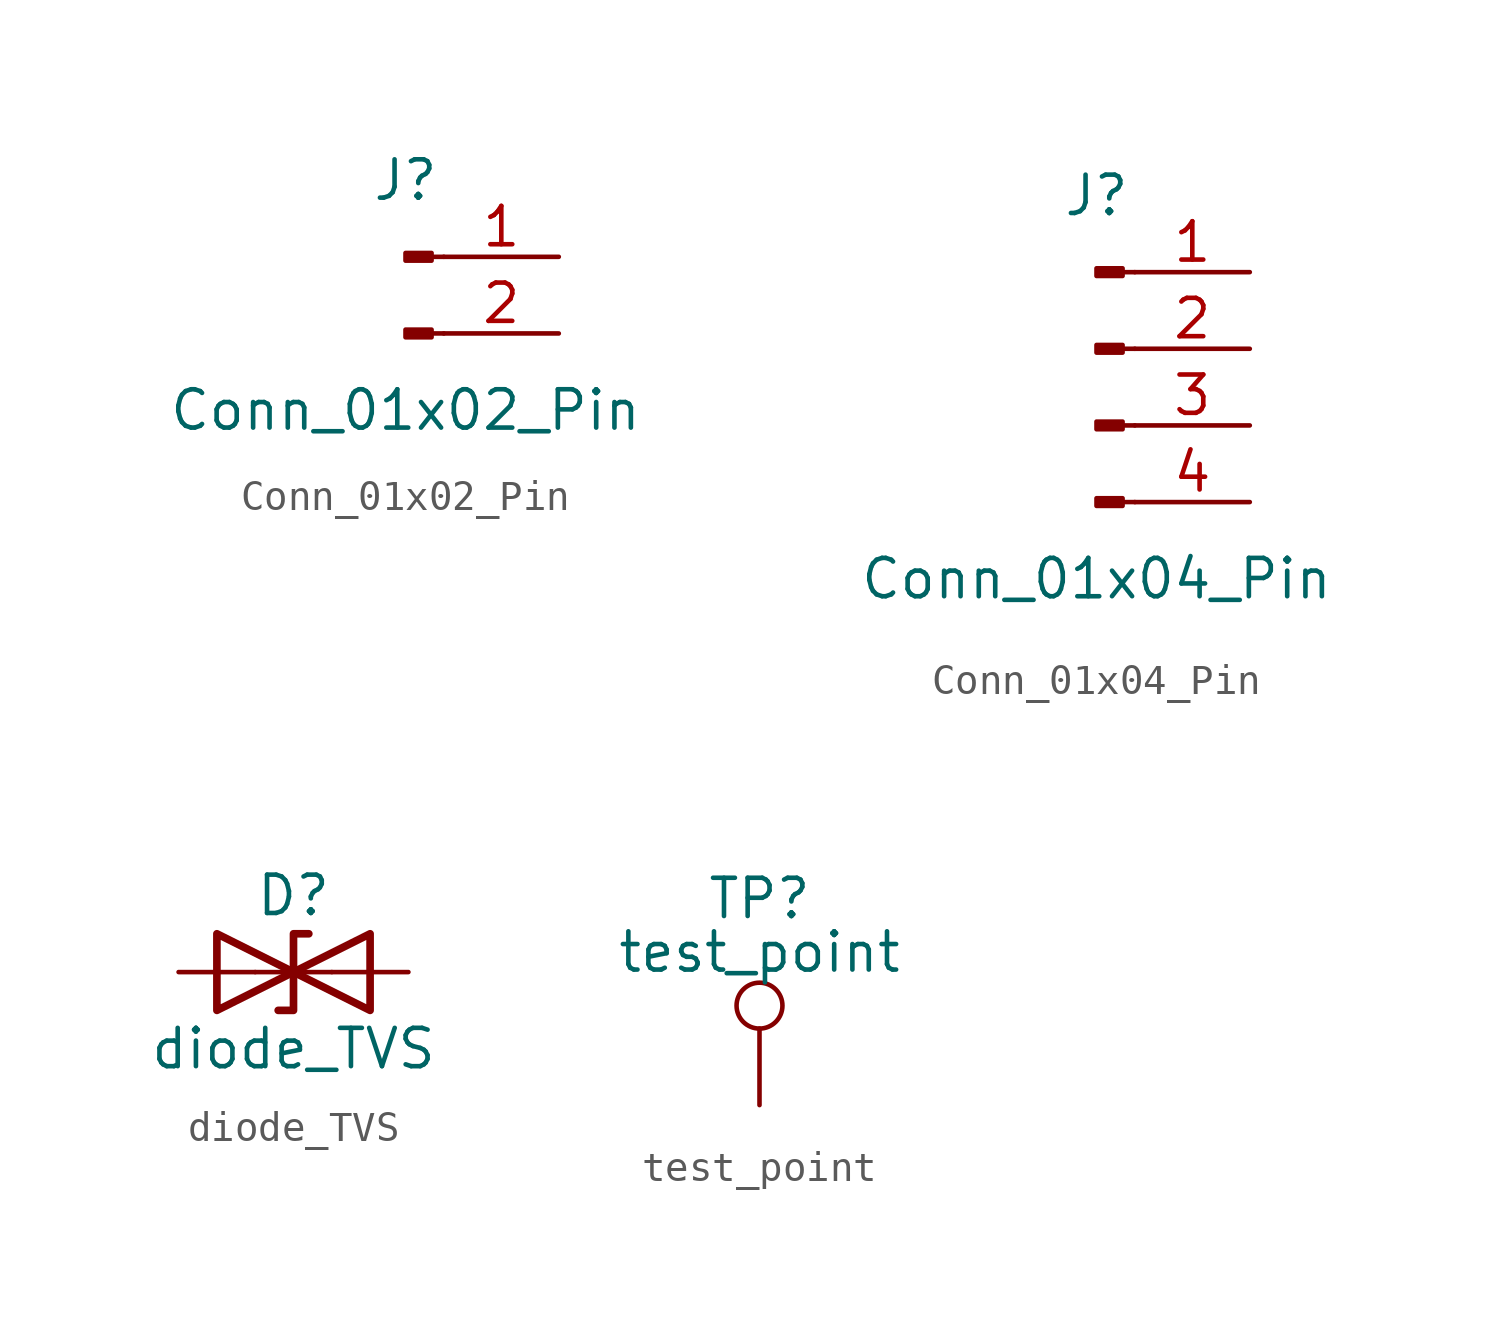
<source format=kicad_sym>
(kicad_symbol_lib
  (version 20220914)
  (generator kicad_symbol_editor)
  (symbol "Conn_01x02_Pin"
    (pin_names
      (offset 1.016) hide)
    (property "Reference" "J"
      (at 0 2.54 0)
      (effects (font (size 1.27 1.27))))
    (property "Value" "Conn_01x02_Pin"
      (at 0 -5.08 0)
      (effects (font (size 1.27 1.27))))
    (symbol "Conn_01x02_Pin_1_1"
      (polyline (pts (xy 1.27 -2.54) (xy 0.864 -2.54)) (stroke (width 0.152) (type default)) (fill (type none)))
      (polyline (pts (xy 1.27 0) (xy 0.864 0)) (stroke (width 0.152) (type default)) (fill (type none)))
      (rectangle (start 0.864 -2.413) (end 0 -2.667) (stroke (width 0.152) (type default)) (fill (type outline)))
      (rectangle (start 0.864 0.127) (end 0 -0.127) (stroke (width 0.152) (type default)) (fill (type outline)))
      (pin passive line (at 5.08 0 180) (length 3.81) (name "Pin_1" (effects (font (size 1.27 1.27)))) (number "1" (effects (font (size 1.27 1.27)))))
      (pin passive line (at 5.08 -2.54 180) (length 3.81) (name "Pin_2" (effects (font (size 1.27 1.27)))) (number "2" (effects (font (size 1.27 1.27)))))))
  (symbol "Conn_01x04_Pin"
    (pin_names
      (offset 1.016) hide)
    (property "Reference" "J"
      (at 0 5.08 0)
      (effects (font (size 1.27 1.27))))
    (property "Value" "Conn_01x04_Pin"
      (at 0 -7.62 0)
      (effects (font (size 1.27 1.27))))
    (symbol "Conn_01x04_Pin_1_1"
      (polyline (pts (xy 1.27 -5.08) (xy 0.864 -5.08)) (stroke (width 0.152) (type default)) (fill (type none)))
      (polyline (pts (xy 1.27 -2.54) (xy 0.864 -2.54)) (stroke (width 0.152) (type default)) (fill (type none)))
      (polyline (pts (xy 1.27 0) (xy 0.864 0)) (stroke (width 0.152) (type default)) (fill (type none)))
      (polyline (pts (xy 1.27 2.54) (xy 0.864 2.54)) (stroke (width 0.152) (type default)) (fill (type none)))
      (rectangle (start 0.864 -4.953) (end 0 -5.207) (stroke (width 0.152) (type default)) (fill (type outline)))
      (rectangle (start 0.864 -2.413) (end 0 -2.667) (stroke (width 0.152) (type default)) (fill (type outline)))
      (rectangle (start 0.864 0.127) (end 0 -0.127) (stroke (width 0.152) (type default)) (fill (type outline)))
      (rectangle (start 0.864 2.667) (end 0 2.413) (stroke (width 0.152) (type default)) (fill (type outline)))
      (pin passive line (at 5.08 2.54 180) (length 3.81) (name "Pin_1" (effects (font (size 1.27 1.27)))) (number "1" (effects (font (size 1.27 1.27)))))
      (pin passive line (at 5.08 0 180) (length 3.81) (name "Pin_2" (effects (font (size 1.27 1.27)))) (number "2" (effects (font (size 1.27 1.27)))))
      (pin passive line (at 5.08 -2.54 180) (length 3.81) (name "Pin_3" (effects (font (size 1.27 1.27)))) (number "3" (effects (font (size 1.27 1.27)))))
      (pin passive line (at 5.08 -5.08 180) (length 3.81) (name "Pin_4" (effects (font (size 1.27 1.27)))) (number "4" (effects (font (size 1.27 1.27)))))))
  (symbol "diode_TVS"
    (pin_numbers hide)
    (pin_names
      (offset 1.016) hide)
    (property "Reference" "D"
      (at 0 2.54 0)
      (effects (font (size 1.27 1.27))))
    (property "Value" "diode_TVS"
      (at 0 -2.54 0)
      (effects (font (size 1.27 1.27))))
    (symbol "diode_TVS_0_1"
      (polyline (pts (xy 1.27 0) (xy -1.27 0)) (stroke (width 0) (type default)) (fill (type none)))
      (polyline (pts (xy 0.508 1.27) (xy 0 1.27) (xy 0 -1.27) (xy -0.508 -1.27)) (stroke (width 0.254) (type default)) (fill (type none)))
      (polyline (pts (xy -2.54 1.27) (xy -2.54 -1.27) (xy 2.54 1.27) (xy 2.54 -1.27) (xy -2.54 1.27)) (stroke (width 0.254) (type default)) (fill (type none))))
    (symbol "diode_TVS_1_1"
      (pin passive line (at -3.81 0 0) (length 2.54) (name "A1" (effects (font (size 1.27 1.27)))) (number "1" (effects (font (size 1.27 1.27)))))
      (pin passive line (at 3.81 0 180) (length 2.54) (name "A2" (effects (font (size 1.27 1.27)))) (number "2" (effects (font (size 1.27 1.27)))))))
  (symbol "test_point"
    (pin_numbers hide)
    (pin_names
      (offset 0.762) hide)
    (property "Reference" "TP"
      (at 0 6.858 0)
      (effects (font (size 1.27 1.27))))
    (property "Value" "test_point"
      (at 0 5.08 0)
      (effects (font (size 1.27 1.27))))
    (symbol "test_point_0_1"
      (circle (center 0 3.302) (radius 0.762) (stroke (width 0) (type default)) (fill (type none))))
    (symbol "test_point_1_1"
      (pin passive line (at 0 0 90) (length 2.54) (name "1" (effects (font (size 1.27 1.27)))) (number "1" (effects (font (size 1.27 1.27))))))))
</source>
